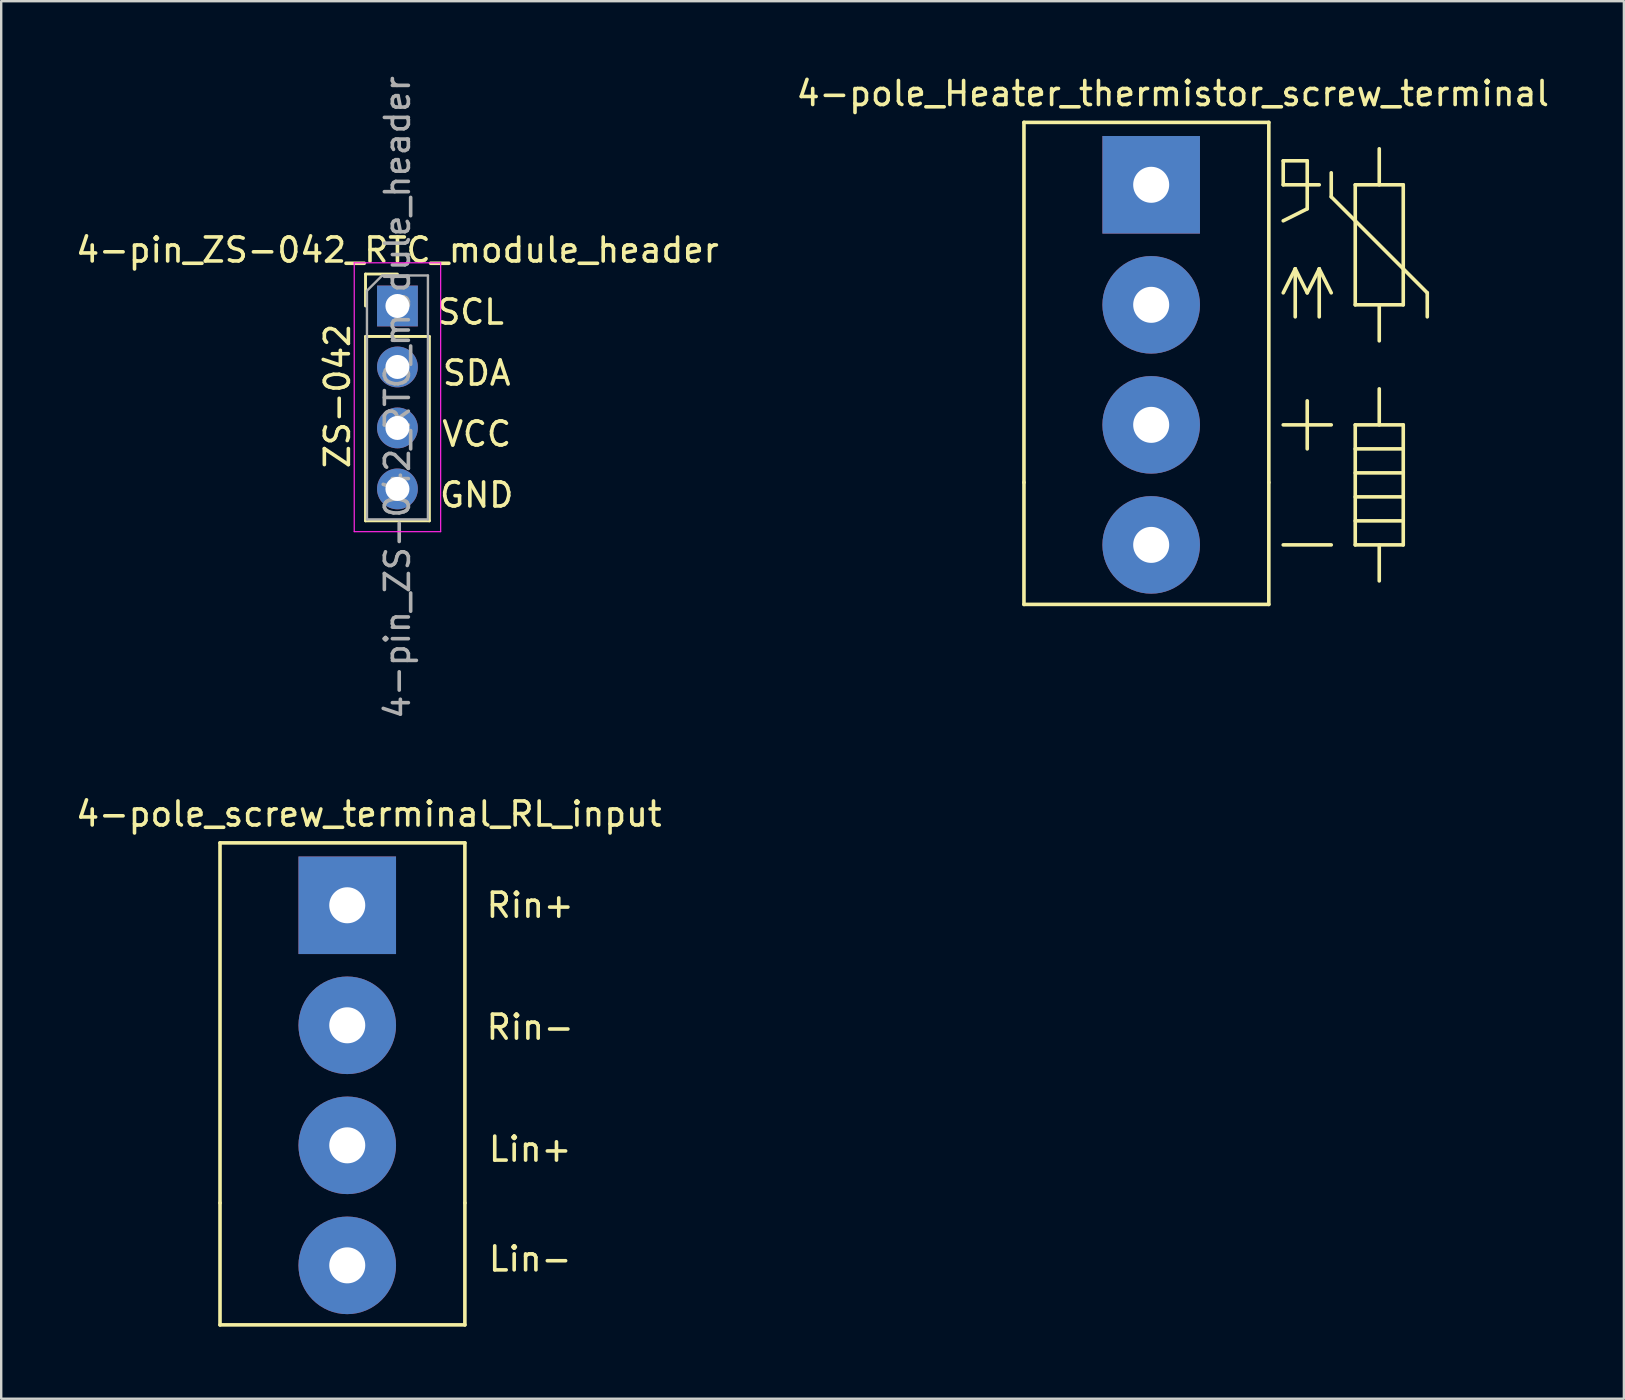
<source format=kicad_pcb>
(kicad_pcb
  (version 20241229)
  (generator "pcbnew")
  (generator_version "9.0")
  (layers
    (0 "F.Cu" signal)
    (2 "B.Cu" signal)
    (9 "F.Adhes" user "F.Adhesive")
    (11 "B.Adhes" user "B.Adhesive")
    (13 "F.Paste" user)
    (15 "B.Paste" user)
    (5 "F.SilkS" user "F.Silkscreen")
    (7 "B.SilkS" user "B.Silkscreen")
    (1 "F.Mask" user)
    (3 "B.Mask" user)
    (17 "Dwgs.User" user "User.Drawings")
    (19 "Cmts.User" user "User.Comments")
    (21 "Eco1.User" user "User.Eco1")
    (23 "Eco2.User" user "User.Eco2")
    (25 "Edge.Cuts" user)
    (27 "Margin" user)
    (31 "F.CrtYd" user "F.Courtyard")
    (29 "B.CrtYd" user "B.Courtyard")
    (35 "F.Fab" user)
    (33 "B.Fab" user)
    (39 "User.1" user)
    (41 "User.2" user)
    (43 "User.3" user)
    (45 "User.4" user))
  (footprint "4-pole_screw_terminal_RL_input"
    (layer "F.Cu")
    (at 11.415 34.66)
    (property "Reference" "4-pole_screw_terminal_RL_input" (at 0.9 -3.8 0) (layer "F.SilkS") (effects (font (size 1 1) (thickness 0.15))))
    (attr through_hole)
    (fp_line (start -5.3 -2.6) (end 4.9 -2.6) (stroke (width 0.15) (type solid)) (layer "F.SilkS"))
    (fp_line (start -5.3 12.4) (end -5.3 -2.6) (stroke (width 0.15) (type solid)) (layer "F.SilkS"))
    (fp_line (start -5.3 12.4) (end -5.3 17.48) (stroke (width 0.15) (type solid)) (layer "F.SilkS"))
    (fp_line (start 4.9 -2.6) (end 4.9 12.4) (stroke (width 0.15) (type solid)) (layer "F.SilkS"))
    (fp_line (start 4.9 17.48) (end -5.3 17.48) (stroke (width 0.15) (type solid)) (layer "F.SilkS"))
    (fp_line (start 4.9 17.48) (end 4.9 12.4) (stroke (width 0.15) (type solid)) (layer "F.SilkS"))
    (fp_text user "Lin-" (at 7.62 14.732 0) (layer "F.SilkS") (effects (font (size 1 1) (thickness 0.15))))
    (fp_text user "Rin-" (at 7.62 5.08 0) (layer "F.SilkS") (effects (font (size 1 1) (thickness 0.15))))
    (fp_text user "Lin+" (at 7.62 10.16 0) (layer "F.SilkS") (effects (font (size 1 1) (thickness 0.15))))
    (fp_text user "Rin+" (at 7.62 0 0) (layer "F.SilkS") (effects (font (size 1 1) (thickness 0.15))))
    (pad "1" thru_hole rect (at 0 0) (size 4.064 4.064) (drill 1.5) (layers "*.Cu" "*.Mask"))
    (pad "2" thru_hole circle (at 0 5) (size 4.064 4.064) (drill 1.5) (layers "*.Cu" "*.Mask"))
    (pad "3" thru_hole circle (at 0 10) (size 4.064 4.064) (drill 1.5) (layers "*.Cu" "*.Mask"))
    (pad "4" thru_hole circle (at 0 15) (size 4.064 4.064) (drill 1.5) (layers "*.Cu" "*.Mask")))
  (footprint "4-pin_ZS-042_RTC_module_header"
    (layer "F.Cu")
    (at 13.506 9.696)
    (property "Reference" "4-pin_ZS-042_RTC_module_header" (at 0 -2.33 0) (layer "F.SilkS") (effects (font (size 1 1) (thickness 0.15))))
    (attr through_hole)
    (fp_line (start -1.33 -1.33) (end 0 -1.33) (stroke (width 0.12) (type solid)) (layer "F.SilkS"))
    (fp_line (start -1.33 0) (end -1.33 -1.33) (stroke (width 0.12) (type solid)) (layer "F.SilkS"))
    (fp_line (start -1.33 1.27) (end -1.33 8.95) (stroke (width 0.12) (type solid)) (layer "F.SilkS"))
    (fp_line (start -1.33 1.27) (end 1.33 1.27) (stroke (width 0.12) (type solid)) (layer "F.SilkS"))
    (fp_line (start -1.33 8.95) (end 1.33 8.95) (stroke (width 0.12) (type solid)) (layer "F.SilkS"))
    (fp_line (start 1.33 1.27) (end 1.33 8.95) (stroke (width 0.12) (type solid)) (layer "F.SilkS"))
    (fp_line (start -1.8 -1.8) (end -1.8 9.4) (stroke (width 0.05) (type solid)) (layer "F.CrtYd"))
    (fp_line (start -1.8 9.4) (end 1.8 9.4) (stroke (width 0.05) (type solid)) (layer "F.CrtYd"))
    (fp_line (start 1.8 -1.8) (end -1.8 -1.8) (stroke (width 0.05) (type solid)) (layer "F.CrtYd"))
    (fp_line (start 1.8 9.4) (end 1.8 -1.8) (stroke (width 0.05) (type solid)) (layer "F.CrtYd"))
    (fp_line (start -1.27 -0.635) (end -0.635 -1.27) (stroke (width 0.1) (type solid)) (layer "F.Fab"))
    (fp_line (start -1.27 8.89) (end -1.27 -0.635) (stroke (width 0.1) (type solid)) (layer "F.Fab"))
    (fp_line (start -0.635 -1.27) (end 1.27 -1.27) (stroke (width 0.1) (type solid)) (layer "F.Fab"))
    (fp_line (start 1.27 -1.27) (end 1.27 8.89) (stroke (width 0.1) (type solid)) (layer "F.Fab"))
    (fp_line (start 1.27 8.89) (end -1.27 8.89) (stroke (width 0.1) (type solid)) (layer "F.Fab"))
    (fp_text user "VCC" (at 3.302 5.334 0) (layer "F.SilkS") (effects (font (size 1 1) (thickness 0.15))))
    (fp_text user "SCL" (at 3.048 0.254 0) (layer "F.SilkS") (effects (font (size 1 1) (thickness 0.15))))
    (fp_text user "ZS-042" (at -2.5 3.75 90) (layer "F.SilkS") (effects (font (size 1 1) (thickness 0.15))))
    (fp_text user "SDA" (at 3.302 2.794 0) (layer "F.SilkS") (effects (font (size 1 1) (thickness 0.15))))
    (fp_text user "GND" (at 3.302 7.874 0) (layer "F.SilkS") (effects (font (size 1 1) (thickness 0.15))))
    (fp_text user "${REFERENCE}" (at 0 3.81 90) (layer "F.Fab") (effects (font (size 1 1) (thickness 0.15))))
    (pad "1" thru_hole rect (at 0 0) (size 1.7 1.7) (drill 1) (layers "*.Cu" "*.Mask"))
    (pad "2" thru_hole oval (at 0 2.54) (size 1.7 1.7) (drill 1) (layers "*.Cu" "*.Mask"))
    (pad "3" thru_hole oval (at 0 5.08) (size 1.7 1.7) (drill 1) (layers "*.Cu" "*.Mask"))
    (pad "4" thru_hole oval (at 0 7.62) (size 1.7 1.7) (drill 1) (layers "*.Cu" "*.Mask")))
  (footprint "4-pole_Heater_thermistor_screw_terminal"
    (layer "F.Cu")
    (at 44.904 4.648)
    (property "Reference" "4-pole_Heater_thermistor_screw_terminal" (at 0.9 -3.8 0) (layer "F.SilkS") (effects (font (size 1 1) (thickness 0.15))))
    (attr through_hole)
    (fp_line (start -5.3 -2.6) (end 4.9 -2.6) (stroke (width 0.15) (type solid)) (layer "F.SilkS"))
    (fp_line (start -5.3 12.4) (end -5.3 -2.6) (stroke (width 0.15) (type solid)) (layer "F.SilkS"))
    (fp_line (start -5.3 12.4) (end -5.3 17.48) (stroke (width 0.15) (type solid)) (layer "F.SilkS"))
    (fp_line (start 4.9 -2.6) (end 4.9 12.4) (stroke (width 0.15) (type solid)) (layer "F.SilkS"))
    (fp_line (start 4.9 17.48) (end -5.3 17.48) (stroke (width 0.15) (type solid)) (layer "F.SilkS"))
    (fp_line (start 4.9 17.48) (end 4.9 12.4) (stroke (width 0.15) (type solid)) (layer "F.SilkS"))
    (fp_line (start 5.5 -1) (end 5.5 0) (stroke (width 0.15) (type solid)) (layer "F.SilkS"))
    (fp_line (start 5.5 0) (end 7 0) (stroke (width 0.15) (type solid)) (layer "F.SilkS"))
    (fp_line (start 5.5 1.5) (end 6.5 1) (stroke (width 0.15) (type solid)) (layer "F.SilkS"))
    (fp_line (start 5.5 10) (end 7.5 10) (stroke (width 0.15) (type solid)) (layer "F.SilkS"))
    (fp_line (start 5.5 15) (end 7.5 15) (stroke (width 0.15) (type solid)) (layer "F.SilkS"))
    (fp_line (start 6 3.5) (end 5.5 4.5) (stroke (width 0.15) (type solid)) (layer "F.SilkS"))
    (fp_line (start 6 3.5) (end 6.5 4.5) (stroke (width 0.15) (type solid)) (layer "F.SilkS"))
    (fp_line (start 6 5.5) (end 6 3.5) (stroke (width 0.15) (type solid)) (layer "F.SilkS"))
    (fp_line (start 6.5 -1) (end 5.5 -1) (stroke (width 0.15) (type solid)) (layer "F.SilkS"))
    (fp_line (start 6.5 1) (end 6.5 -1) (stroke (width 0.15) (type solid)) (layer "F.SilkS"))
    (fp_line (start 6.5 11) (end 6.5 9) (stroke (width 0.15) (type solid)) (layer "F.SilkS"))
    (fp_line (start 7 3.5) (end 6.5 4.5) (stroke (width 0.15) (type solid)) (layer "F.SilkS"))
    (fp_line (start 7 3.5) (end 7.5 4.5) (stroke (width 0.15) (type solid)) (layer "F.SilkS"))
    (fp_line (start 7 5.5) (end 7 3.5) (stroke (width 0.15) (type solid)) (layer "F.SilkS"))
    (fp_line (start 7.5 0.5) (end 7.5 -0.5) (stroke (width 0.15) (type solid)) (layer "F.SilkS"))
    (fp_line (start 8.5 0) (end 8.5 5) (stroke (width 0.15) (type solid)) (layer "F.SilkS"))
    (fp_line (start 8.5 5) (end 10.5 5) (stroke (width 0.15) (type solid)) (layer "F.SilkS"))
    (fp_line (start 8.5 10) (end 10.5 10) (stroke (width 0.15) (type solid)) (layer "F.SilkS"))
    (fp_line (start 8.5 11) (end 10.5 11) (stroke (width 0.15) (type solid)) (layer "F.SilkS"))
    (fp_line (start 8.5 13) (end 10.5 13) (stroke (width 0.15) (type solid)) (layer "F.SilkS"))
    (fp_line (start 8.5 15) (end 8.5 10) (stroke (width 0.15) (type solid)) (layer "F.SilkS"))
    (fp_line (start 9.5 0) (end 9.5 -1.5) (stroke (width 0.15) (type solid)) (layer "F.SilkS"))
    (fp_line (start 9.5 5) (end 9.5 6.5) (stroke (width 0.15) (type solid)) (layer "F.SilkS"))
    (fp_line (start 9.5 10) (end 9.5 8.5) (stroke (width 0.15) (type solid)) (layer "F.SilkS"))
    (fp_line (start 9.5 15) (end 9.5 16.5) (stroke (width 0.15) (type solid)) (layer "F.SilkS"))
    (fp_line (start 10.5 0) (end 8.5 0) (stroke (width 0.15) (type solid)) (layer "F.SilkS"))
    (fp_line (start 10.5 5) (end 10.5 0) (stroke (width 0.15) (type solid)) (layer "F.SilkS"))
    (fp_line (start 10.5 10) (end 10.5 15) (stroke (width 0.15) (type solid)) (layer "F.SilkS"))
    (fp_line (start 10.5 12) (end 8.5 12) (stroke (width 0.15) (type solid)) (layer "F.SilkS"))
    (fp_line (start 10.5 14) (end 8.5 14) (stroke (width 0.15) (type solid)) (layer "F.SilkS"))
    (fp_line (start 10.5 15) (end 8.5 15) (stroke (width 0.15) (type solid)) (layer "F.SilkS"))
    (fp_line (start 11.5 4.5) (end 7.5 0.5) (stroke (width 0.15) (type solid)) (layer "F.SilkS"))
    (fp_line (start 11.5 5.5) (end 11.5 4.5) (stroke (width 0.15) (type solid)) (layer "F.SilkS"))
    (pad "1" thru_hole rect (at 0 0) (size 4.064 4.064) (drill 1.5) (layers "*.Cu" "*.Mask"))
    (pad "2" thru_hole circle (at 0 5) (size 4.064 4.064) (drill 1.5) (layers "*.Cu" "*.Mask"))
    (pad "3" thru_hole circle (at 0 10) (size 4.064 4.064) (drill 1.5) (layers "*.Cu" "*.Mask"))
    (pad "4" thru_hole circle (at 0 15) (size 4.064 4.064) (drill 1.5) (layers "*.Cu" "*.Mask")))
  (gr_rect
    (start -3 -3)
    (end 64.595 55.215)
    (stroke (width 0.1) (type default))
    (fill no)
    (layer "Edge.Cuts")))
</source>
